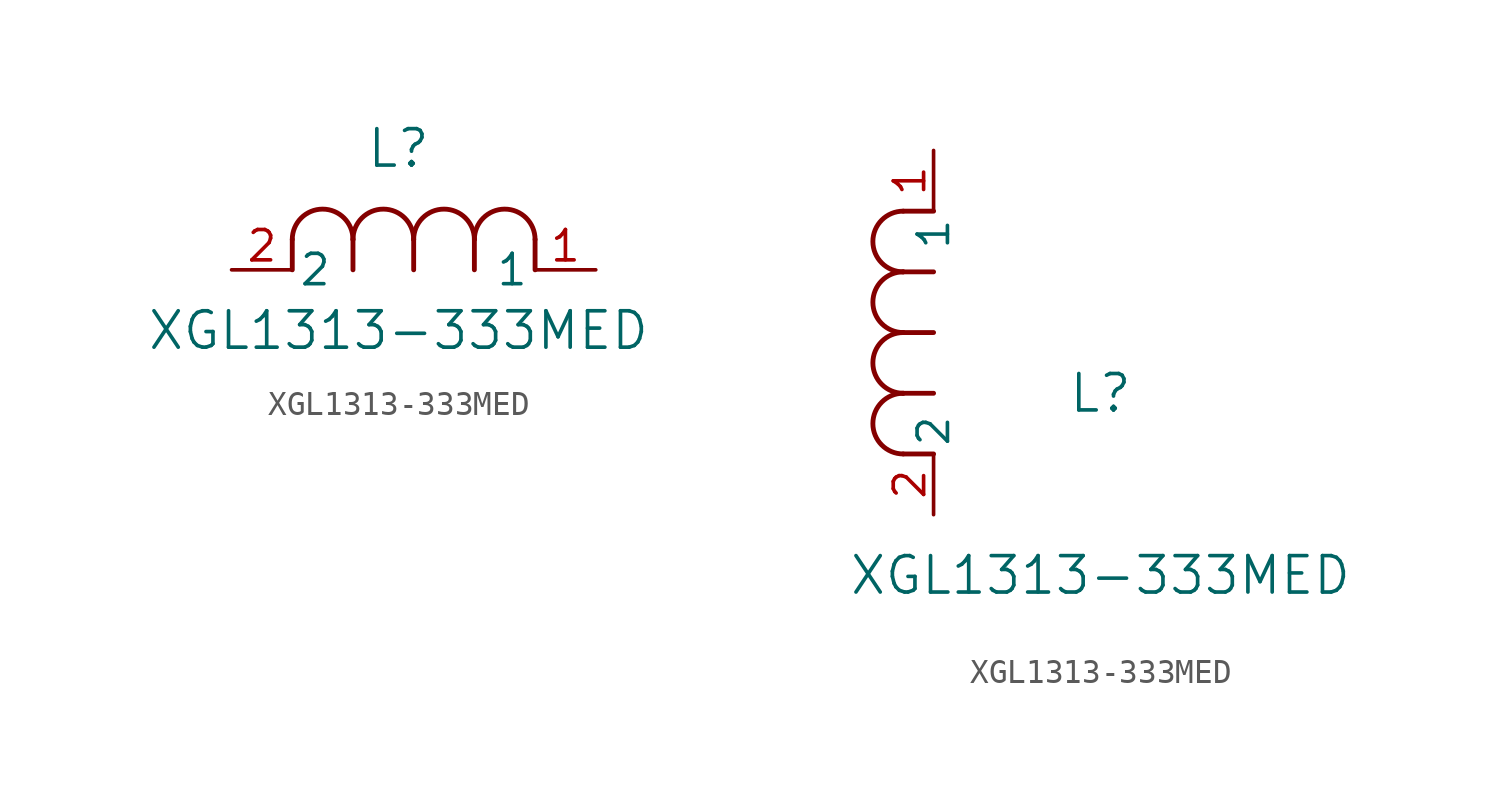
<source format=kicad_sym>
(kicad_symbol_lib
  (version 20211014)
  (generator kicad_symbol_editor)
  (symbol "XGL1313-333MED"
    (pin_names
      (offset 0.254))
    (property "Reference" "L"
      (at 6.985 5.08 0)
      (effects (font (size 1.524 1.524))))
    (property "Value" "XGL1313-333MED"
      (at 6.985 -2.54 0)
      (effects (font (size 1.524 1.524))))
    (symbol "XGL1313-333MED_1_1"
      (arc (start 7.62 1.27) (mid 6.35 2.54) (end 5.08 1.27) (stroke (width 0.2032) (type default) (color 0 0 0 0)) (fill (type none)))
      (polyline (pts (xy 5.08 0) (xy 5.08 1.27)) (stroke (width 0.203) (type default) (color 0 0 0 0)) (fill (type none)))
      (polyline (pts (xy 7.62 0) (xy 7.62 1.27)) (stroke (width 0.203) (type default) (color 0 0 0 0)) (fill (type none)))
      (polyline (pts (xy 12.7 0) (xy 12.7 1.27)) (stroke (width 0.203) (type default) (color 0 0 0 0)) (fill (type none)))
      (arc (start 5.08 1.27) (mid 3.81 2.54) (end 2.54 1.27) (stroke (width 0.2032) (type default) (color 0 0 0 0)) (fill (type none)))
      (arc (start 10.16 1.27) (mid 8.89 2.54) (end 7.62 1.27) (stroke (width 0.2032) (type default) (color 0 0 0 0)) (fill (type none)))
      (arc (start 12.7 1.27) (mid 11.43 2.54) (end 10.16 1.27) (stroke (width 0.2032) (type default) (color 0 0 0 0)) (fill (type none)))
      (polyline (pts (xy 2.54 0) (xy 2.54 1.27)) (stroke (width 0.203) (type default) (color 0 0 0 0)) (fill (type none)))
      (polyline (pts (xy 10.16 0) (xy 10.16 1.27)) (stroke (width 0.203) (type default) (color 0 0 0 0)) (fill (type none)))
      (pin unspecified line (at 0 0 0) (length 2.54) (name "2" (effects (font (size 1.27 1.27)))) (number "2" (effects (font (size 1.27 1.27)))))
      (pin unspecified line (at 15.24 0 180) (length 2.54) (name "1" (effects (font (size 1.27 1.27)))) (number "1" (effects (font (size 1.27 1.27))))))
    (symbol "XGL1313-333MED_1_2"
      (arc (start -1.27 7.62) (mid -2.54 6.35) (end -1.27 5.08) (stroke (width 0.2032) (type default) (color 0 0 0 0)) (fill (type none)))
      (arc (start -1.27 5.08) (mid -2.54 3.81) (end -1.27 2.54) (stroke (width 0.2032) (type default) (color 0 0 0 0)) (fill (type none)))
      (arc (start -1.27 12.7) (mid -2.54 11.43) (end -1.27 10.16) (stroke (width 0.2032) (type default) (color 0 0 0 0)) (fill (type none)))
      (arc (start -1.27 10.16) (mid -2.54 8.89) (end -1.27 7.62) (stroke (width 0.2032) (type default) (color 0 0 0 0)) (fill (type none)))
      (polyline (pts (xy 0 7.62) (xy -1.27 7.62)) (stroke (width 0.203) (type default) (color 0 0 0 0)) (fill (type none)))
      (polyline (pts (xy 0 5.08) (xy -1.27 5.08)) (stroke (width 0.203) (type default) (color 0 0 0 0)) (fill (type none)))
      (polyline (pts (xy 0 12.7) (xy -1.27 12.7)) (stroke (width 0.203) (type default) (color 0 0 0 0)) (fill (type none)))
      (polyline (pts (xy 0 2.54) (xy -1.27 2.54)) (stroke (width 0.203) (type default) (color 0 0 0 0)) (fill (type none)))
      (polyline (pts (xy 0 10.16) (xy -1.27 10.16)) (stroke (width 0.203) (type default) (color 0 0 0 0)) (fill (type none)))
      (pin unspecified line (at 0 0 90) (length 2.54) (name "2" (effects (font (size 1.27 1.27)))) (number "2" (effects (font (size 1.27 1.27)))))
      (pin unspecified line (at 0 15.24 270) (length 2.54) (name "1" (effects (font (size 1.27 1.27)))) (number "1" (effects (font (size 1.27 1.27))))))))
</source>
